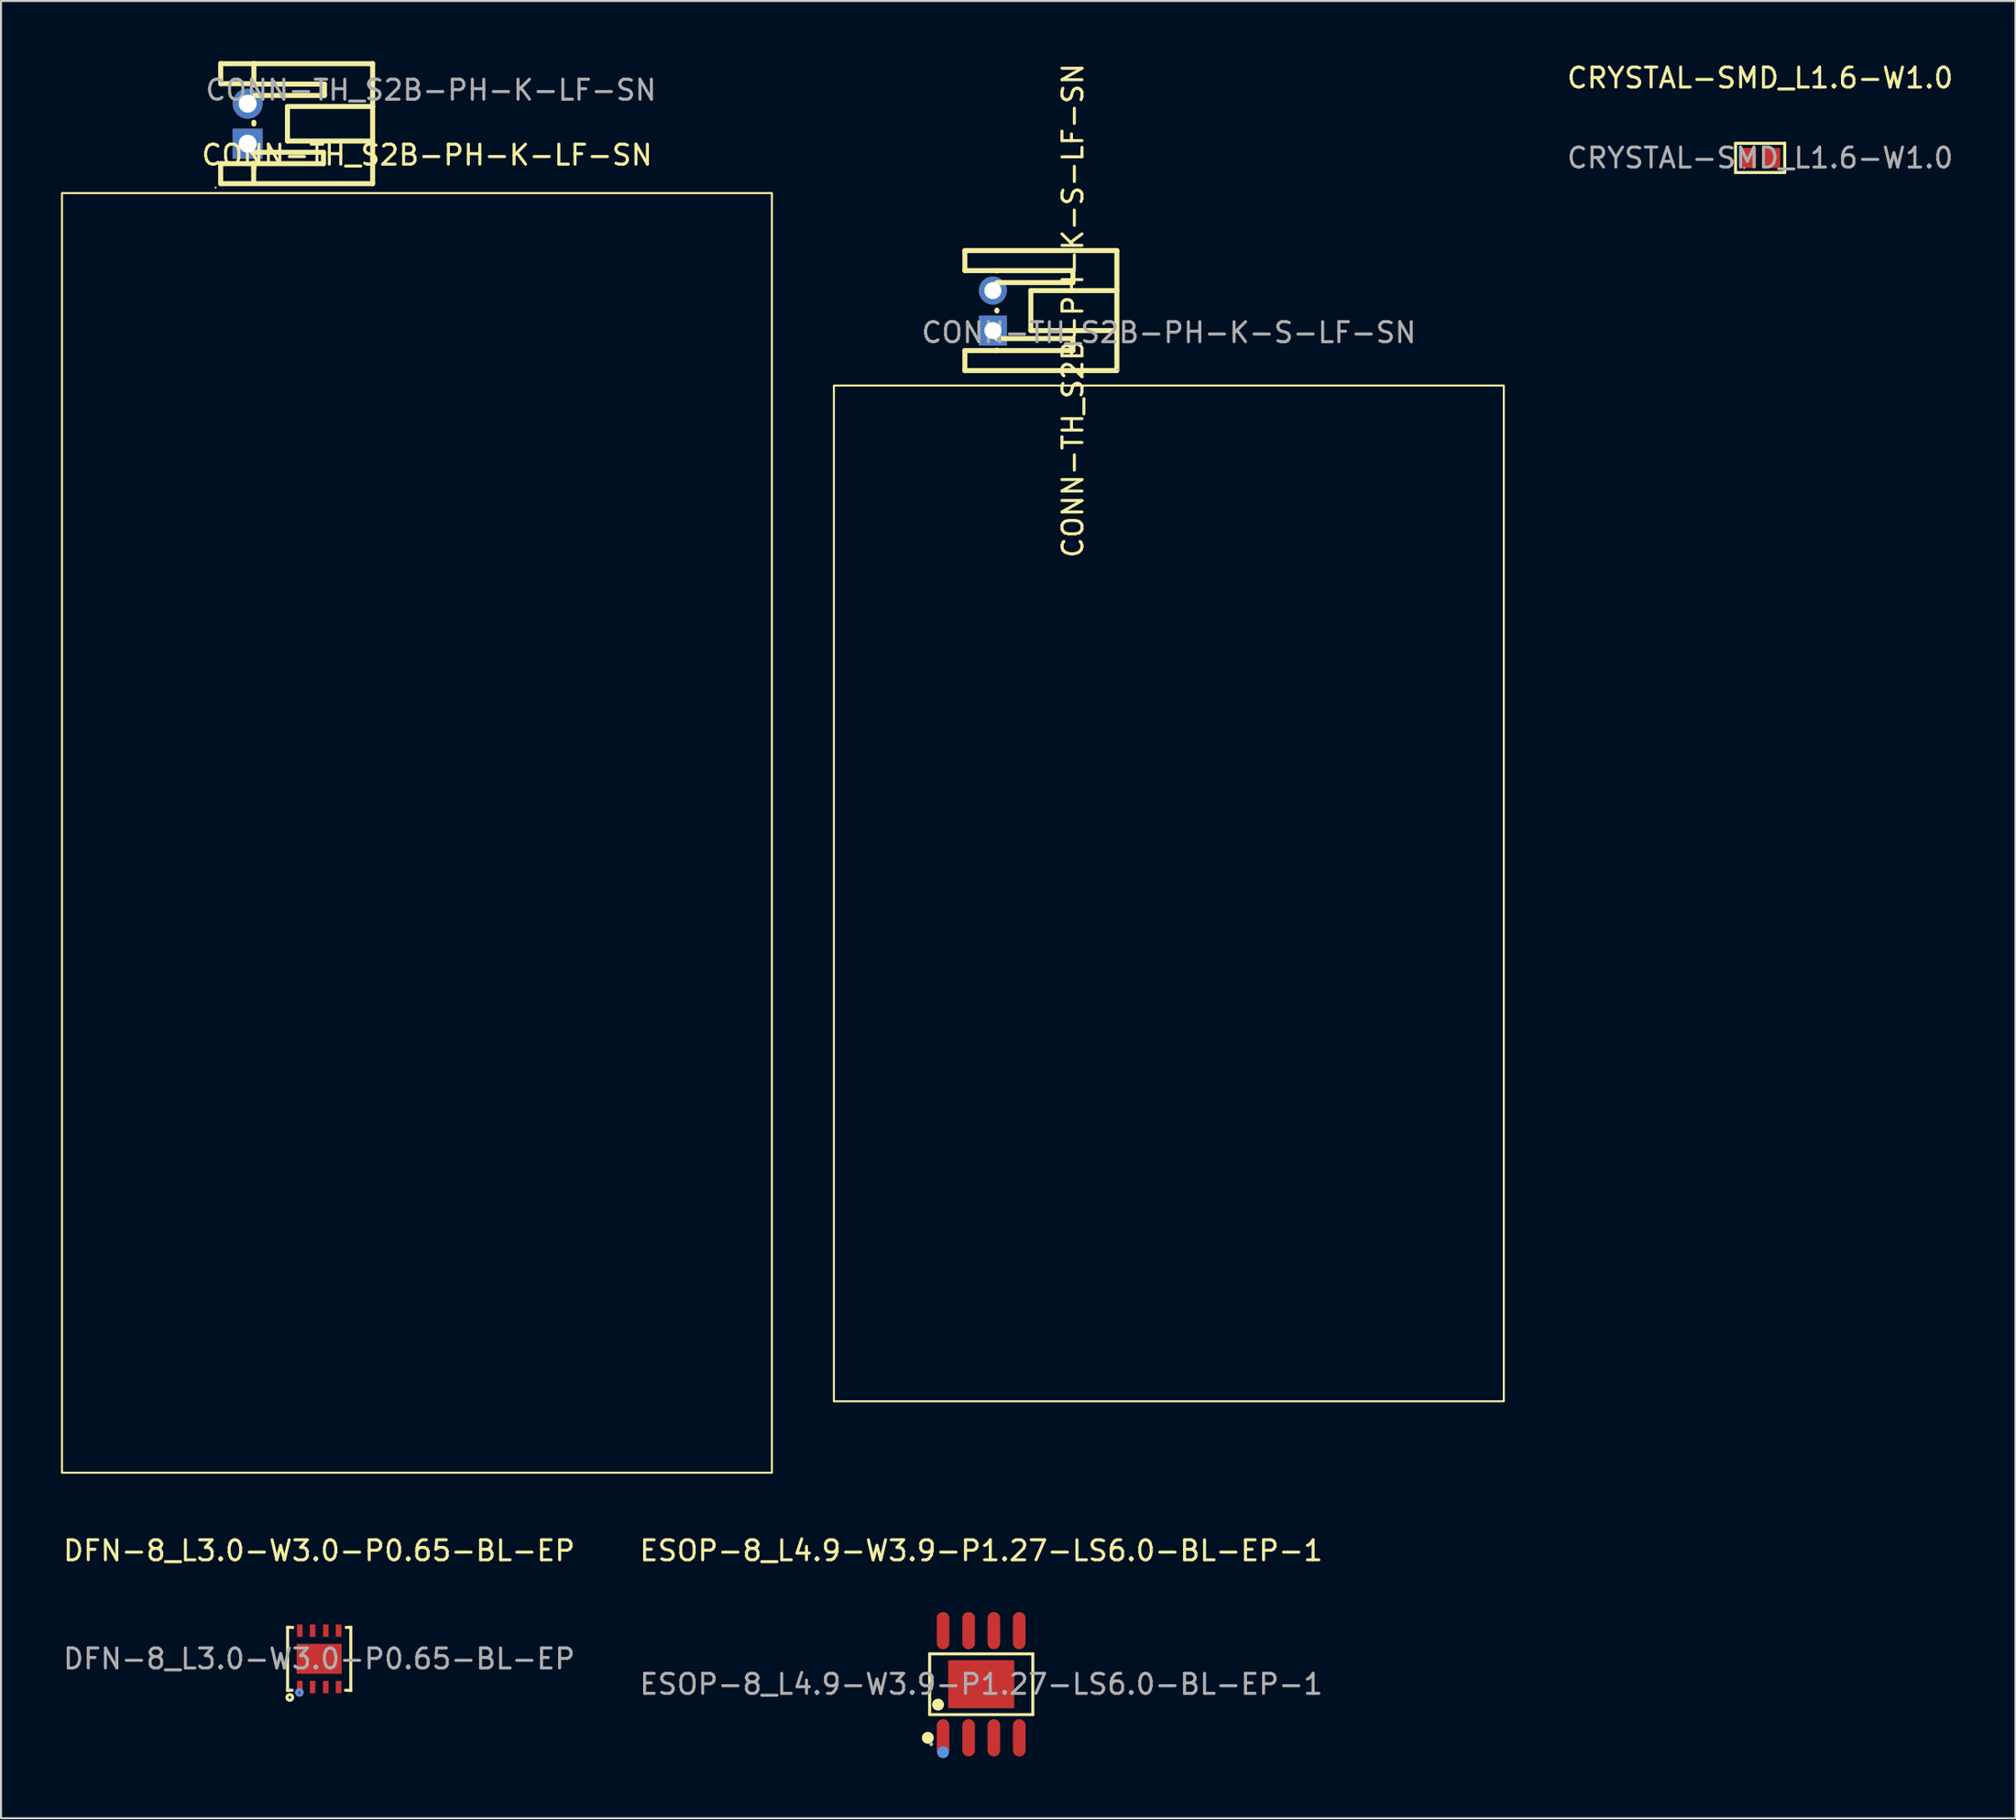
<source format=kicad_pcb>
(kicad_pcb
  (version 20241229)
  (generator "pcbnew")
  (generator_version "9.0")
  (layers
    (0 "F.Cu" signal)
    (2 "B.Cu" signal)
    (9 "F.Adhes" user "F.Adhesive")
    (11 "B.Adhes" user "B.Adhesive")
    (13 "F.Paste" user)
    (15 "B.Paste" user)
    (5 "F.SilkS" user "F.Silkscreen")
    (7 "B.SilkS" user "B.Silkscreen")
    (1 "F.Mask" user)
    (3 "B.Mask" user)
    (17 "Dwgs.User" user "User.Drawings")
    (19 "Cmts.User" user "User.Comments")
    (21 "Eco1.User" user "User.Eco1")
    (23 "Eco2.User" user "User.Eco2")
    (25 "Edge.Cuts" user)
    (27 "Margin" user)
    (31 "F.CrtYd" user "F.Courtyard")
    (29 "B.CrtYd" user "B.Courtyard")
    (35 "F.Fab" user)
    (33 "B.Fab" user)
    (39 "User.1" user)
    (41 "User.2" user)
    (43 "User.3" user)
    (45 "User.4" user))
  (footprint "ESOP-8_L4.9-W3.9-P1.27-LS6.0-BL-EP-1"
    (layer "F.Cu")
    (at 46.018 81.183)
    (property "Reference" "ESOP-8_L4.9-W3.9-P1.27-LS6.0-BL-EP-1" (at 0 -6.68 0) (layer "F.SilkS") (effects (font (size 1 1) (thickness 0.15))))
    (attr smd)
    (fp_line (start -2.58 -1.52) (end 2.58 -1.52) (stroke (width 0.15) (type solid)) (layer "F.SilkS"))
    (fp_line (start -2.58 1.52) (end -2.58 -1.52) (stroke (width 0.15) (type solid)) (layer "F.SilkS"))
    (fp_line (start 2.58 -1.52) (end 2.58 1.52) (stroke (width 0.15) (type solid)) (layer "F.SilkS"))
    (fp_line (start 2.58 1.52) (end -2.58 1.52) (stroke (width 0.15) (type solid)) (layer "F.SilkS"))
    (fp_circle (center -2.67 2.68) (end -2.52 2.68) (stroke (width 0.3) (type solid)) (fill no) (layer "F.SilkS"))
    (fp_circle (center -2.16 1.02) (end -2.01 1.02) (stroke (width 0.3) (type solid)) (fill no) (layer "F.SilkS"))
    (fp_circle (center -1.91 3.4) (end -1.76 3.4) (stroke (width 0.3) (type solid)) (fill no) (layer "Cmts.User"))
    (fp_circle (center -2.5 3) (end -2.45 3) (stroke (width 0.1) (type solid)) (fill no) (layer "F.Fab"))
    (fp_text user "${REFERENCE}" (at 0 0 0) (layer "F.Fab") (effects (font (size 1 1) (thickness 0.15))))
    (pad "1" smd oval (at -1.91 2.68) (size 0.63 1.86) (layers "F.Cu" "F.Mask" "F.Paste"))
    (pad "2" smd oval (at -0.63 2.68) (size 0.63 1.86) (layers "F.Cu" "F.Mask" "F.Paste"))
    (pad "3" smd oval (at 0.63 2.68) (size 0.63 1.86) (layers "F.Cu" "F.Mask" "F.Paste"))
    (pad "4" smd oval (at 1.9 2.68) (size 0.63 1.86) (layers "F.Cu" "F.Mask" "F.Paste"))
    (pad "5" smd oval (at 1.9 -2.68) (size 0.63 1.86) (layers "F.Cu" "F.Mask" "F.Paste"))
    (pad "6" smd oval (at 0.63 -2.68) (size 0.63 1.86) (layers "F.Cu" "F.Mask" "F.Paste"))
    (pad "7" smd oval (at -0.63 -2.68) (size 0.63 1.86) (layers "F.Cu" "F.Mask" "F.Paste"))
    (pad "8" smd oval (at -1.91 -2.68) (size 0.63 1.86) (layers "F.Cu" "F.Mask" "F.Paste"))
    (pad "9" smd rect (at 0 0) (size 3.3 2.4) (layers "F.Cu" "F.Mask" "F.Paste")))
  (footprint "DFN-8_L3.0-W3.0-P0.65-BL-EP"
    (layer "F.Cu")
    (at 12.911 79.913)
    (property "Reference" "DFN-8_L3.0-W3.0-P0.65-BL-EP" (at 0 -5.41 0) (layer "F.SilkS") (effects (font (size 1 1) (thickness 0.15))))
    (attr smd)
    (fp_line (start -1.58 -1.58) (end -1.58 -1.58) (stroke (width 0.15) (type solid)) (layer "F.SilkS"))
    (fp_line (start -1.58 -1.58) (end -1.58 1.58) (stroke (width 0.15) (type solid)) (layer "F.SilkS"))
    (fp_line (start -1.58 1.58) (end -1.58 1.58) (stroke (width 0.15) (type solid)) (layer "F.SilkS"))
    (fp_line (start -1.58 1.58) (end -1.35 1.57) (stroke (width 0.15) (type solid)) (layer "F.SilkS"))
    (fp_line (start -1.32 -1.57) (end -1.58 -1.58) (stroke (width 0.15) (type solid)) (layer "F.SilkS"))
    (fp_line (start 1.32 1.57) (end 1.58 1.58) (stroke (width 0.15) (type solid)) (layer "F.SilkS"))
    (fp_line (start 1.58 -1.58) (end 1.35 -1.57) (stroke (width 0.15) (type solid)) (layer "F.SilkS"))
    (fp_line (start 1.58 -1.58) (end 1.58 -1.58) (stroke (width 0.15) (type solid)) (layer "F.SilkS"))
    (fp_line (start 1.58 1.58) (end 1.58 -1.58) (stroke (width 0.15) (type solid)) (layer "F.SilkS"))
    (fp_line (start 1.58 1.58) (end 1.58 1.58) (stroke (width 0.15) (type solid)) (layer "F.SilkS"))
    (fp_circle (center -1.47 1.93) (end -1.4 1.93) (stroke (width 0.15) (type solid)) (fill no) (layer "F.SilkS"))
    (fp_circle (center -0.99 1.68) (end -0.92 1.68) (stroke (width 0.15) (type solid)) (fill no) (layer "Cmts.User"))
    (fp_circle (center -1.5 1.5) (end -1.47 1.5) (stroke (width 0.06) (type solid)) (fill no) (layer "F.Fab"))
    (fp_text user "${REFERENCE}" (at 0 0 0) (layer "F.Fab") (effects (font (size 1 1) (thickness 0.15))))
    (pad "1" smd rect (at -0.97 1.41) (size 0.28 0.62) (layers "F.Cu" "F.Mask" "F.Paste"))
    (pad "2" smd rect (at -0.33 1.41) (size 0.28 0.62) (layers "F.Cu" "F.Mask" "F.Paste"))
    (pad "3" smd rect (at 0.33 1.41) (size 0.28 0.62) (layers "F.Cu" "F.Mask" "F.Paste"))
    (pad "4" smd rect (at 0.97 1.41) (size 0.28 0.62) (layers "F.Cu" "F.Mask" "F.Paste"))
    (pad "5" smd rect (at 0.97 -1.41) (size 0.28 0.62) (layers "F.Cu" "F.Mask" "F.Paste"))
    (pad "6" smd rect (at 0.33 -1.41) (size 0.28 0.62) (layers "F.Cu" "F.Mask" "F.Paste"))
    (pad "7" smd rect (at -0.33 -1.41) (size 0.28 0.62) (layers "F.Cu" "F.Mask" "F.Paste"))
    (pad "8" smd rect (at -0.97 -1.41) (size 0.28 0.62) (layers "F.Cu" "F.Mask" "F.Paste"))
    (pad "9" smd rect (at 0 0) (size 2.25 1.5) (layers "F.Cu" "F.Mask" "F.Paste")))
  (footprint "CRYSTAL-SMD_L1.6-W1.0"
    (layer "F.Cu")
    (at 84.968 4.848)
    (property "Reference" "CRYSTAL-SMD_L1.6-W1.0" (at 0 -4 0) (layer "F.SilkS") (effects (font (size 1 1) (thickness 0.15))))
    (attr smd)
    (fp_line (start -1.23 -0.73) (end 1.23 -0.73) (stroke (width 0.15) (type solid)) (layer "F.SilkS"))
    (fp_line (start -1.23 0.73) (end -1.23 -0.73) (stroke (width 0.15) (type solid)) (layer "F.SilkS"))
    (fp_line (start 1.23 -0.73) (end 1.23 0.73) (stroke (width 0.15) (type solid)) (layer "F.SilkS"))
    (fp_line (start 1.23 0.73) (end -1.23 0.73) (stroke (width 0.15) (type solid)) (layer "F.SilkS"))
    (fp_circle (center -0.8 0.5) (end -0.77 0.5) (stroke (width 0.06) (type solid)) (fill no) (layer "F.Fab"))
    (fp_text user "${REFERENCE}" (at 0 0 0) (layer "F.Fab") (effects (font (size 1 1) (thickness 0.15))))
    (pad "1" smd rect (at -0.6 0) (size 0.8 1) (layers "F.Cu" "F.Mask" "F.Paste"))
    (pad "2" smd rect (at 0.6 0) (size 0.8 1) (layers "F.Cu" "F.Mask" "F.Paste")))
  (footprint "CONN-TH_S2B-PH-K-S-LF-SN"
    (layer "F.Cu")
    (at 55.4 13.582)
    (property "Reference" "CONN-TH_S2B-PH-K-S-LF-SN" (at -4.8 -1.1 270) (layer "F.SilkS") (effects (font (size 1 1) (thickness 0.15))))
    (attr through_hole)
    (fp_line (start -10.2 -4.1) (end -10.2 -3.1) (stroke (width 0.25) (type solid)) (layer "F.SilkS"))
    (fp_line (start -10.2 -3.1) (end -8.6 -3.1) (stroke (width 0.25) (type solid)) (layer "F.SilkS"))
    (fp_line (start -10.2 0.9) (end -8.6 0.9) (stroke (width 0.25) (type solid)) (layer "F.SilkS"))
    (fp_line (start -10.2 1.9) (end -10.2 0.9) (stroke (width 0.25) (type solid)) (layer "F.SilkS"))
    (fp_line (start -10.2 1.9) (end -2.64 1.9) (stroke (width 0.25) (type solid)) (layer "F.SilkS"))
    (fp_line (start -8.6 -3.1) (end -8.6 -3.08) (stroke (width 0.25) (type solid)) (layer "F.SilkS"))
    (fp_line (start -8.6 -3.1) (end -4.8 -3.1) (stroke (width 0.25) (type solid)) (layer "F.SilkS"))
    (fp_line (start -8.6 -1.12) (end -8.6 -1.08) (stroke (width 0.25) (type solid)) (layer "F.SilkS"))
    (fp_line (start -8.6 0.3) (end -4.8 0.3) (stroke (width 0.25) (type solid)) (layer "F.SilkS"))
    (fp_line (start -8.6 0.88) (end -8.6 0.9) (stroke (width 0.25) (type solid)) (layer "F.SilkS"))
    (fp_line (start -6.9 -2.1) (end -6.9 -0.1) (stroke (width 0.25) (type solid)) (layer "F.SilkS"))
    (fp_line (start -6.9 -0.1) (end -2.7 -0.1) (stroke (width 0.25) (type solid)) (layer "F.SilkS"))
    (fp_line (start -4.8 -3.1) (end -4.8 -2.5) (stroke (width 0.25) (type solid)) (layer "F.SilkS"))
    (fp_line (start -4.8 -2.5) (end -8.6 -2.5) (stroke (width 0.25) (type solid)) (layer "F.SilkS"))
    (fp_line (start -4.8 0.3) (end -4.8 0.9) (stroke (width 0.25) (type solid)) (layer "F.SilkS"))
    (fp_line (start -4.8 0.9) (end -8.6 0.9) (stroke (width 0.25) (type solid)) (layer "F.SilkS"))
    (fp_line (start -2.6 -4.1) (end -10.2 -4.1) (stroke (width 0.25) (type solid)) (layer "F.SilkS"))
    (fp_line (start -2.6 -4.1) (end -2.6 1.9) (stroke (width 0.25) (type solid)) (layer "F.SilkS"))
    (fp_line (start -2.6 -2.1) (end -6.9 -2.1) (stroke (width 0.25) (type solid)) (layer "F.SilkS"))
    (fp_rect (start -16.75 53.45) (end 16.75 2.65) (stroke (width 0.1) (type default)) (fill no) (layer "F.SilkS"))
    (fp_circle (center -2.55 1.85) (end -2.55 1.88) (stroke (width 0.06) (type solid)) (fill no) (layer "F.Fab"))
    (fp_text user "${REFERENCE}" (at 0 0 0) (layer "F.Fab") (effects (font (size 1 1) (thickness 0.15))))
    (pad "1" thru_hole circle (at -8.8 -2.1 270) (size 1.4 1.4) (drill 0.85) (layers "*.Cu" "*.Mask"))
    (pad "2" thru_hole rect (at -8.8 -0.1 270) (size 1.5 1.4) (drill 0.85) (layers "*.Cu" "*.Mask")))
  (footprint "CONN-TH_S2B-PH-K-LF-SN"
    (layer "F.Cu")
    (at 17.8 1.605)
    (property "Reference" "CONN-TH_S2B-PH-K-LF-SN" (at 0.5 3.1 180) (layer "F.SilkS") (effects (font (size 1 1) (thickness 0.15))))
    (attr through_hole)
    (fp_line (start -9.815 -1.47) (end -9.815 -1.47) (stroke (width 0.25) (type solid)) (layer "F.SilkS"))
    (fp_line (start -9.815 -1.47) (end -2.215 -1.47) (stroke (width 0.25) (type solid)) (layer "F.SilkS"))
    (fp_line (start -9.815 -0.47) (end -9.815 -1.47) (stroke (width 0.25) (type solid)) (layer "F.SilkS"))
    (fp_line (start -9.815 3.53) (end -9.815 4.53) (stroke (width 0.25) (type solid)) (layer "F.SilkS"))
    (fp_line (start -9.815 3.53) (end -8.215 3.53) (stroke (width 0.25) (type solid)) (layer "F.SilkS"))
    (fp_line (start -8.225 2.96) (end -4.675 2.96) (stroke (width 0.25) (type solid)) (layer "F.SilkS"))
    (fp_line (start -8.175 -0.45) (end -4.625 -0.45) (stroke (width 0.25) (type solid)) (layer "F.SilkS"))
    (fp_line (start -8.165 -0.47) (end -9.815 -0.47) (stroke (width 0.25) (type solid)) (layer "F.SilkS"))
    (fp_line (start -8.165 4.52) (end -8.165 3.5) (stroke (width 0.25) (type solid)) (layer "F.SilkS"))
    (fp_line (start -8.155 -0.46) (end -8.155 -1.48) (stroke (width 0.25) (type solid)) (layer "F.SilkS"))
    (fp_line (start -8.155 -0.46) (end -8.155 -0.4) (stroke (width 0.25) (type solid)) (layer "F.SilkS"))
    (fp_line (start -8.155 1.46) (end -8.155 1.55) (stroke (width 0.25) (type solid)) (layer "F.SilkS"))
    (fp_line (start -8.155 3.51) (end -8.155 3.77) (stroke (width 0.25) (type solid)) (layer "F.SilkS"))
    (fp_line (start -6.475 0.67) (end -6.475 2.4) (stroke (width 0.25) (type solid)) (layer "F.SilkS"))
    (fp_line (start -6.475 2.4) (end -2.225 2.4) (stroke (width 0.25) (type solid)) (layer "F.SilkS"))
    (fp_line (start -4.675 2.96) (end -4.675 3.53) (stroke (width 0.25) (type solid)) (layer "F.SilkS"))
    (fp_line (start -4.675 3.53) (end -8.185 3.53) (stroke (width 0.25) (type solid)) (layer "F.SilkS"))
    (fp_line (start -4.625 -0.45) (end -4.625 0.12) (stroke (width 0.25) (type solid)) (layer "F.SilkS"))
    (fp_line (start -4.625 0.12) (end -8.135 0.12) (stroke (width 0.25) (type solid)) (layer "F.SilkS"))
    (fp_line (start -2.225 2.4) (end -2.225 2.4) (stroke (width 0.25) (type solid)) (layer "F.SilkS"))
    (fp_line (start -2.215 -1.47) (end -2.215 4.53) (stroke (width 0.25) (type solid)) (layer "F.SilkS"))
    (fp_line (start -2.215 0.67) (end -6.475 0.67) (stroke (width 0.25) (type solid)) (layer "F.SilkS"))
    (fp_line (start -2.215 0.67) (end -2.215 0.67) (stroke (width 0.25) (type solid)) (layer "F.SilkS"))
    (fp_line (start -2.215 4.53) (end -9.815 4.53) (stroke (width 0.25) (type solid)) (layer "F.SilkS"))
    (fp_rect (start -17.75 69) (end 17.75 5) (stroke (width 0.1) (type default)) (fill no) (layer "F.SilkS"))
    (fp_circle (center -10.07 4.73) (end -10.07 4.76) (stroke (width 0.06) (type solid)) (fill no) (layer "F.Fab"))
    (fp_circle (center -8.465 0.53) (end -8.465 0.71) (stroke (width 0.35) (type solid)) (fill no) (layer "F.Fab"))
    (fp_circle (center -8.465 2.53) (end -8.465 2.71) (stroke (width 0.35) (type solid)) (fill no) (layer "F.Fab"))
    (fp_text user "${REFERENCE}" (at 0.7 -0.15 180) (layer "F.Fab") (effects (font (size 1 1) (thickness 0.15))))
    (pad "1" thru_hole rect (at -8.465 2.53 270) (size 1.5 1.5) (drill 0.9) (layers "*.Cu" "*.Mask"))
    (pad "2" thru_hole circle (at -8.465 0.53 270) (size 1.5 1.5) (drill 0.9) (layers "*.Cu" "*.Mask")))
  (gr_rect
    (start -3 -3)
    (end 97.736 87.883)
    (stroke (width 0.1) (type default))
    (fill no)
    (layer "Edge.Cuts")))
</source>
